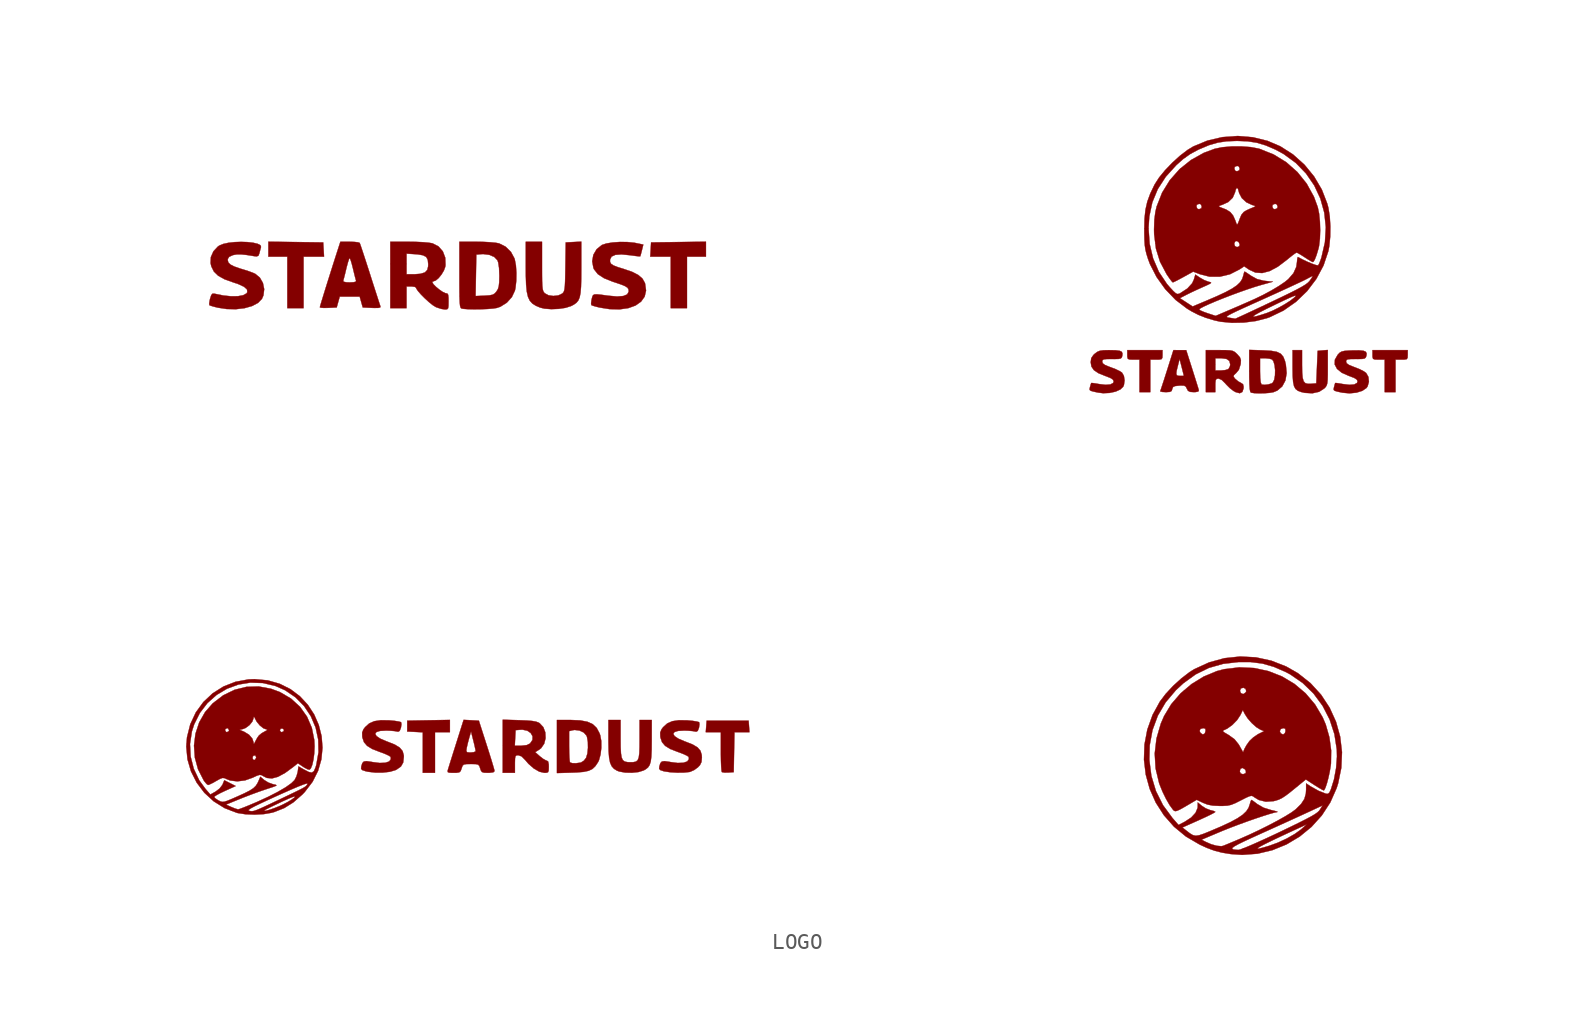
<source format=kicad_sym>
(kicad_symbol_lib
  (version 20220914)
  (generator "bitmap2component")
  (generator_version "8.0")
  (symbol "LOGO"
    (pin_names
      (offset 1.016))
    (property "Reference" "#G"
      (at 0 32.893 0)
      (effects (font (size 1.27 1.27)) hide))
    (symbol "LOGO_0_0"
      (polyline (pts (xy 24.223 -19.703) (xy 25.153 -19.482) (xy 26.038 -19.121) (xy 26.86 -18.631) (xy 27.601 -18.024) (xy 28.245 -17.31) (xy 28.773 -16.5) (xy 29.169 -15.604) (xy 29.264 -15.305) (xy 29.463 -14.331) (xy 29.504 -13.353) (xy 29.391 -12.389) (xy 29.132 -11.458) (xy 28.732 -10.578) (xy 28.198 -9.766) (xy 27.536 -9.042) (xy 26.752 -8.422) (xy 26.021 -8.004) (xy 25.089 -7.639) (xy 24.123 -7.43) (xy 23.14 -7.378) (xy 22.158 -7.483) (xy 21.197 -7.747) (xy 20.275 -8.169) (xy 19.982 -8.351) (xy 19.467 -8.745) (xy 18.953 -9.213) (xy 18.49 -9.71) (xy 18.127 -10.189) (xy 17.667 -11.029) (xy 17.339 -11.944) (xy 17.161 -12.881) (xy 17.13 -13.822) (xy 17.132 -13.843) (xy 17.465 -13.843) (xy 17.487 -12.93) (xy 17.663 -11.972) (xy 17.996 -11.074) (xy 18.484 -10.242) (xy 19.124 -9.483) (xy 19.589 -9.052) (xy 20.361 -8.494) (xy 21.183 -8.091) (xy 22.071 -7.837) (xy 23.041 -7.724) (xy 23.788 -7.725) (xy 24.533 -7.819) (xy 25.251 -8.025) (xy 26.005 -8.355) (xy 26.265 -8.494) (xy 27.049 -9.034) (xy 27.729 -9.696) (xy 28.294 -10.461) (xy 28.732 -11.312) (xy 29.032 -12.23) (xy 29.181 -13.199) (xy 29.191 -13.641) (xy 29.136 -14.355) (xy 29.006 -15.058) (xy 28.814 -15.675) (xy 28.722 -15.873) (xy 28.628 -15.961) (xy 28.501 -15.952) (xy 28.042 -15.772) (xy 27.538 -15.491) (xy 27.263 -15.308) (xy 27.263 -15.701) (xy 27.247 -15.949) (xy 27.153 -16.282) (xy 26.951 -16.592) (xy 26.618 -16.924) (xy 26.608 -16.932) (xy 26.35 -17.122) (xy 25.964 -17.361) (xy 25.478 -17.635) (xy 24.92 -17.93) (xy 24.317 -18.23) (xy 23.697 -18.522) (xy 23.087 -18.791) (xy 22.83 -18.899) (xy 22.491 -19.041) (xy 22.224 -19.151) (xy 22.071 -19.212) (xy 21.963 -19.233) (xy 21.678 -19.208) (xy 21.329 -19.111) (xy 20.968 -18.952) (xy 20.728 -18.825) (xy 21.9 -18.33) (xy 22.074 -18.258) (xy 22.542 -18.072) (xy 23.056 -17.877) (xy 23.586 -17.684) (xy 24.104 -17.503) (xy 24.581 -17.344) (xy 24.987 -17.216) (xy 25.293 -17.13) (xy 25.471 -17.096) (xy 25.475 -17.096) (xy 25.464 -17.075) (xy 25.318 -17.03) (xy 25.068 -16.971) (xy 24.601 -16.826) (xy 24.205 -16.597) (xy 24.097 -16.512) (xy 23.929 -16.389) (xy 23.845 -16.341) (xy 23.844 -16.341) (xy 23.799 -16.418) (xy 23.748 -16.597) (xy 23.748 -16.598) (xy 23.667 -16.834) (xy 23.522 -17.054) (xy 23.297 -17.268) (xy 22.975 -17.487) (xy 22.541 -17.723) (xy 21.977 -17.987) (xy 21.268 -18.29) (xy 21.268 -18.29) (xy 20.866 -18.453) (xy 20.578 -18.55) (xy 20.366 -18.58) (xy 20.187 -18.541) (xy 20.003 -18.432) (xy 19.771 -18.253) (xy 19.532 -18.063) (xy 20.561 -17.604) (xy 20.651 -17.563) (xy 21.019 -17.394) (xy 21.317 -17.249) (xy 21.516 -17.143) (xy 21.589 -17.091) (xy 21.587 -17.083) (xy 21.49 -17.032) (xy 21.296 -16.982) (xy 21.27 -16.976) (xy 20.998 -16.872) (xy 20.746 -16.711) (xy 20.489 -16.495) (xy 20.489 -16.75) (xy 20.481 -16.843) (xy 20.352 -17.148) (xy 20.079 -17.442) (xy 19.683 -17.702) (xy 19.291 -17.907) (xy 18.92 -17.484) (xy 18.91 -17.472) (xy 18.317 -16.667) (xy 17.878 -15.791) (xy 17.593 -14.848) (xy 17.465 -13.843) (xy 17.132 -13.843) (xy 17.24 -14.752) (xy 17.488 -15.652) (xy 17.867 -16.507) (xy 18.375 -17.299) (xy 19.005 -18.013) (xy 19.754 -18.63) (xy 20.616 -19.134) (xy 21.048 -19.332) (xy 21.231 -19.4) (xy 22.641 -19.4) (xy 22.654 -19.339) (xy 22.772 -19.247) (xy 23.005 -19.117) (xy 23.363 -18.941) (xy 23.856 -18.712) (xy 24.494 -18.422) (xy 24.913 -18.233) (xy 25.523 -17.957) (xy 26.112 -17.689) (xy 26.646 -17.446) (xy 27.092 -17.241) (xy 27.417 -17.091) (xy 28.292 -16.685) (xy 28.122 -16.957) (xy 28.066 -17.031) (xy 27.962 -17.126) (xy 27.803 -17.238) (xy 27.572 -17.374) (xy 27.254 -17.544) (xy 26.83 -17.758) (xy 26.286 -18.024) (xy 25.604 -18.352) (xy 25.378 -18.459) (xy 24.795 -18.731) (xy 24.262 -18.973) (xy 23.8 -19.177) (xy 23.428 -19.332) (xy 23.28 -19.388) (xy 24.226 -19.388) (xy 24.247 -19.345) (xy 24.403 -19.247) (xy 24.698 -19.092) (xy 25.137 -18.877) (xy 25.722 -18.6) (xy 26.458 -18.258) (xy 27.305 -17.867) (xy 26.982 -18.154) (xy 26.95 -18.183) (xy 26.555 -18.468) (xy 26.054 -18.753) (xy 25.5 -19.01) (xy 24.947 -19.211) (xy 24.932 -19.215) (xy 24.572 -19.321) (xy 24.336 -19.379) (xy 24.226 -19.388) (xy 23.28 -19.388) (xy 23.166 -19.431) (xy 23.037 -19.465) (xy 22.887 -19.457) (xy 22.722 -19.437) (xy 22.641 -19.4) (xy 21.231 -19.4) (xy 21.527 -19.511) (xy 22.003 -19.634) (xy 22.554 -19.724) (xy 23.265 -19.774) (xy 24.223 -19.703)) (stroke (width 0.01) (type default)) (fill (type outline)))
      (polyline (pts (xy -37.876 -17.228) (xy -37.383 -17.142) (xy -37.219 -17.096) (xy -36.602 -16.852) (xy -36.033 -16.497) (xy -35.468 -16.003) (xy -35.322 -15.852) (xy -34.829 -15.208) (xy -34.484 -14.52) (xy -34.279 -13.804) (xy -34.209 -13.077) (xy -34.265 -12.356) (xy -34.442 -11.657) (xy -34.731 -10.997) (xy -35.127 -10.393) (xy -35.622 -9.862) (xy -36.209 -9.419) (xy -36.882 -9.083) (xy -37.633 -8.868) (xy -38.457 -8.793) (xy -38.835 -8.809) (xy -39.648 -8.959) (xy -40.399 -9.253) (xy -41.073 -9.679) (xy -41.653 -10.223) (xy -42.124 -10.87) (xy -42.471 -11.609) (xy -42.676 -12.425) (xy -42.709 -12.845) (xy -42.49 -12.845) (xy -42.373 -12.069) (xy -42.227 -11.613) (xy -41.87 -10.901) (xy -41.397 -10.286) (xy -40.826 -9.78) (xy -40.175 -9.391) (xy -39.464 -9.131) (xy -38.71 -9.009) (xy -37.933 -9.035) (xy -37.151 -9.22) (xy -36.546 -9.487) (xy -35.901 -9.926) (xy -35.361 -10.475) (xy -34.936 -11.113) (xy -34.637 -11.819) (xy -34.474 -12.576) (xy -34.457 -13.361) (xy -34.597 -14.155) (xy -34.644 -14.311) (xy -34.745 -14.543) (xy -34.874 -14.633) (xy -35.066 -14.596) (xy -35.36 -14.445) (xy -35.71 -14.245) (xy -35.753 -14.566) (xy -35.757 -14.591) (xy -35.835 -14.868) (xy -35.953 -15.099) (xy -36.155 -15.298) (xy -36.512 -15.552) (xy -36.999 -15.836) (xy -37.598 -16.143) (xy -38.293 -16.462) (xy -38.417 -16.515) (xy -38.805 -16.679) (xy -39.132 -16.811) (xy -39.367 -16.899) (xy -39.479 -16.931) (xy -39.51 -16.927) (xy -39.682 -16.874) (xy -39.911 -16.781) (xy -40.24 -16.633) (xy -39.358 -16.273) (xy -39.13 -16.181) (xy -38.636 -15.992) (xy -38.139 -15.811) (xy -37.719 -15.668) (xy -37.599 -15.629) (xy -37.293 -15.529) (xy -37.126 -15.464) (xy -37.081 -15.423) (xy -37.138 -15.394) (xy -37.283 -15.364) (xy -37.3 -15.36) (xy -37.591 -15.256) (xy -37.849 -15.098) (xy -38.094 -14.892) (xy -38.212 -15.172) (xy -38.266 -15.287) (xy -38.375 -15.459) (xy -38.529 -15.609) (xy -38.756 -15.757) (xy -39.085 -15.925) (xy -39.544 -16.133) (xy -39.874 -16.277) (xy -40.152 -16.392) (xy -40.34 -16.452) (xy -40.471 -16.464) (xy -40.581 -16.436) (xy -40.703 -16.375) (xy -40.745 -16.353) (xy -40.911 -16.239) (xy -40.979 -16.155) (xy -40.966 -16.134) (xy -40.839 -16.047) (xy -40.607 -15.921) (xy -40.305 -15.777) (xy -39.631 -15.473) (xy -39.987 -15.293) (xy -40.344 -15.113) (xy -40.453 -15.375) (xy -40.468 -15.406) (xy -40.641 -15.63) (xy -40.89 -15.82) (xy -41.218 -16.004) (xy -41.529 -15.643) (xy -41.917 -15.107) (xy -42.255 -14.393) (xy -42.449 -13.63) (xy -42.49 -12.845) (xy -42.709 -12.845) (xy -42.722 -13.01) (xy -42.647 -13.801) (xy -42.426 -14.558) (xy -42.07 -15.261) (xy -41.594 -15.891) (xy -41.009 -16.428) (xy -40.328 -16.852) (xy -39.958 -16.994) (xy -38.837 -16.994) (xy -38.802 -16.943) (xy -38.679 -16.861) (xy -38.454 -16.741) (xy -38.115 -16.576) (xy -37.647 -16.357) (xy -37.038 -16.079) (xy -36.798 -15.971) (xy -36.172 -15.694) (xy -35.696 -15.492) (xy -35.366 -15.365) (xy -35.182 -15.312) (xy -35.141 -15.333) (xy -35.143 -15.337) (xy -35.18 -15.402) (xy -35.225 -15.459) (xy -35.299 -15.52) (xy -35.423 -15.596) (xy -35.618 -15.698) (xy -35.904 -15.839) (xy -36.301 -16.03) (xy -36.83 -16.283) (xy -36.923 -16.327) (xy -37.449 -16.577) (xy -37.848 -16.764) (xy -38.141 -16.896) (xy -38.351 -16.982) (xy -38.382 -16.992) (xy -37.846 -16.992) (xy -37.839 -16.987) (xy -37.725 -16.924) (xy -37.492 -16.807) (xy -37.172 -16.652) (xy -36.793 -16.472) (xy -36.697 -16.427) (xy -36.3 -16.248) (xy -36.045 -16.147) (xy -35.928 -16.123) (xy -35.942 -16.173) (xy -35.955 -16.185) (xy -36.123 -16.313) (xy -36.388 -16.474) (xy -36.698 -16.635) (xy -36.91 -16.732) (xy -37.206 -16.85) (xy -37.481 -16.946) (xy -37.702 -17.009) (xy -37.835 -17.027) (xy -37.846 -16.992) (xy -38.382 -16.992) (xy -38.498 -17.029) (xy -38.606 -17.046) (xy -38.696 -17.042) (xy -38.79 -17.024) (xy -38.797 -17.022) (xy -38.837 -16.994) (xy -39.958 -16.994) (xy -39.566 -17.145) (xy -39.5 -17.162) (xy -39.009 -17.238) (xy -38.443 -17.259) (xy -37.876 -17.228)) (stroke (width 0.01) (type default)) (fill (type outline)))
      (polyline (pts (xy -30.439 -14.632) (xy -30 -14.582) (xy -29.661 -14.483) (xy -29.576 -14.443) (xy -29.306 -14.252) (xy -29.165 -14.002) (xy -29.125 -13.646) (xy -29.13 -13.546) (xy -29.203 -13.286) (xy -29.384 -13.071) (xy -29.691 -12.882) (xy -30.147 -12.7) (xy -30.212 -12.677) (xy -30.599 -12.511) (xy -30.833 -12.352) (xy -30.915 -12.211) (xy -30.842 -12.1) (xy -30.613 -12.028) (xy -30.228 -12.006) (xy -29.992 -12.014) (xy -29.72 -12.036) (xy -29.549 -12.065) (xy -29.479 -12.078) (xy -29.383 -12.025) (xy -29.31 -11.837) (xy -29.304 -11.813) (xy -29.274 -11.608) (xy -29.297 -11.486) (xy -29.31 -11.477) (xy -29.453 -11.438) (xy -29.709 -11.399) (xy -30.033 -11.369) (xy -30.562 -11.36) (xy -30.974 -11.421) (xy -31.291 -11.562) (xy -31.544 -11.791) (xy -31.647 -11.925) (xy -31.73 -12.13) (xy -31.724 -12.387) (xy -31.714 -12.447) (xy -31.616 -12.733) (xy -31.42 -12.962) (xy -31.104 -13.157) (xy -30.643 -13.337) (xy -30.546 -13.37) (xy -30.253 -13.484) (xy -30.039 -13.586) (xy -29.948 -13.658) (xy -29.936 -13.799) (xy -30.047 -13.94) (xy -30.288 -14.019) (xy -30.641 -14.032) (xy -31.087 -13.974) (xy -31.175 -13.957) (xy -31.457 -13.917) (xy -31.625 -13.941) (xy -31.72 -14.042) (xy -31.781 -14.237) (xy -31.784 -14.251) (xy -31.796 -14.396) (xy -31.72 -14.478) (xy -31.517 -14.546) (xy -31.365 -14.58) (xy -30.915 -14.632) (xy -30.439 -14.632)) (stroke (width 0.01) (type default)) (fill (type outline)))
      (polyline (pts (xy -27.178 -13.377) (xy -27.178 -12.107) (xy -26.712 -12.107) (xy -26.247 -12.107) (xy -26.247 -11.724) (xy -26.247 -11.341) (xy -27.58 -11.364) (xy -28.914 -11.388) (xy -28.914 -11.726) (xy -28.914 -12.065) (xy -28.427 -12.09) (xy -27.94 -12.116) (xy -27.94 -13.382) (xy -27.94 -14.647) (xy -27.559 -14.647) (xy -27.178 -14.647) (xy -27.178 -13.377)) (stroke (width 0.01) (type default)) (fill (type outline)))
      (polyline (pts (xy -23.778 -14.646) (xy -23.535 -14.615) (xy -23.455 -14.541) (xy -23.455 -14.541) (xy -23.481 -14.428) (xy -23.552 -14.181) (xy -23.658 -13.828) (xy -23.793 -13.396) (xy -23.947 -12.912) (xy -24.437 -11.388) (xy -24.913 -11.362) (xy -25.389 -11.337) (xy -25.852 -12.802) (xy -25.986 -13.227) (xy -26.004 -13.282) (xy -25.222 -13.282) (xy -25.197 -13.096) (xy -25.184 -13.032) (xy -25.116 -12.743) (xy -25.035 -12.44) (xy -24.925 -12.065) (xy -24.782 -12.633) (xy -24.781 -12.634) (xy -24.709 -12.932) (xy -24.658 -13.167) (xy -24.638 -13.289) (xy -24.642 -13.303) (xy -24.744 -13.356) (xy -24.944 -13.377) (xy -25.006 -13.377) (xy -25.172 -13.36) (xy -25.222 -13.282) (xy -26.004 -13.282) (xy -26.127 -13.672) (xy -26.244 -14.045) (xy -26.328 -14.317) (xy -26.371 -14.457) (xy -26.391 -14.536) (xy -26.371 -14.611) (xy -26.257 -14.642) (xy -26.011 -14.647) (xy -25.832 -14.645) (xy -25.662 -14.618) (xy -25.574 -14.537) (xy -25.515 -14.372) (xy -25.507 -14.345) (xy -25.455 -14.204) (xy -25.373 -14.13) (xy -25.215 -14.101) (xy -24.934 -14.097) (xy -24.886 -14.097) (xy -24.625 -14.103) (xy -24.481 -14.137) (xy -24.406 -14.219) (xy -24.354 -14.372) (xy -24.318 -14.485) (xy -24.247 -14.595) (xy -24.113 -14.639) (xy -23.864 -14.647) (xy -23.778 -14.646)) (stroke (width 0.01) (type default)) (fill (type outline)))
      (polyline (pts (xy -22.183 -14.097) (xy -22.183 -14.015) (xy -22.176 -13.753) (xy -22.149 -13.613) (xy -22.087 -13.557) (xy -21.975 -13.547) (xy -21.766 -13.62) (xy -21.531 -13.858) (xy -21.337 -14.083) (xy -20.999 -14.379) (xy -20.657 -14.576) (xy -20.35 -14.647) (xy -20.228 -14.645) (xy -20.115 -14.611) (xy -20.073 -14.5) (xy -20.066 -14.266) (xy -20.07 -14.117) (xy -20.108 -13.939) (xy -20.19 -13.885) (xy -20.241 -13.873) (xy -20.412 -13.778) (xy -20.617 -13.62) (xy -20.919 -13.354) (xy -20.667 -13.2) (xy -20.546 -13.108) (xy -20.354 -12.827) (xy -20.267 -12.482) (xy -20.284 -12.122) (xy -20.408 -11.794) (xy -20.638 -11.547) (xy -20.707 -11.506) (xy -20.869 -11.447) (xy -21.101 -11.406) (xy -21.436 -11.378) (xy -21.907 -11.359) (xy -22.945 -11.328) (xy -22.945 -12.954) (xy -22.191 -12.954) (xy -22.166 -12.467) (xy -22.14 -11.98) (xy -21.816 -11.954) (xy -21.715 -11.95) (xy -21.415 -12.012) (xy -21.196 -12.16) (xy -21.08 -12.364) (xy -21.086 -12.592) (xy -21.237 -12.814) (xy -21.455 -12.917) (xy -21.791 -12.954) (xy -22.191 -12.954) (xy -22.945 -12.954) (xy -22.945 -12.988) (xy -22.945 -14.647) (xy -22.564 -14.647) (xy -22.183 -14.647) (xy -22.183 -14.097)) (stroke (width 0.01) (type default)) (fill (type outline)))
      (polyline (pts (xy -18.59 -14.633) (xy -18.318 -14.623) (xy -17.884 -14.587) (xy -17.569 -14.518) (xy -17.336 -14.403) (xy -17.154 -14.228) (xy -16.987 -13.978) (xy -16.931 -13.861) (xy -16.833 -13.505) (xy -16.783 -13.082) (xy -16.786 -12.661) (xy -16.849 -12.31) (xy -16.897 -12.172) (xy -17.073 -11.842) (xy -17.319 -11.607) (xy -17.658 -11.454) (xy -18.113 -11.37) (xy -18.709 -11.345) (xy -19.558 -11.345) (xy -19.558 -12.991) (xy -18.796 -12.991) (xy -18.796 -12.041) (xy -18.576 -11.986) (xy -18.452 -11.967) (xy -18.148 -12.004) (xy -17.878 -12.132) (xy -17.708 -12.325) (xy -17.679 -12.404) (xy -17.624 -12.715) (xy -17.617 -13.086) (xy -17.654 -13.443) (xy -17.734 -13.709) (xy -17.875 -13.89) (xy -18.052 -14) (xy -18.112 -14.015) (xy -18.372 -14.049) (xy -18.604 -14.043) (xy -18.74 -13.998) (xy -18.759 -13.918) (xy -18.778 -13.698) (xy -18.791 -13.377) (xy -18.796 -12.991) (xy -19.558 -12.991) (xy -19.558 -13.004) (xy -19.558 -14.662) (xy -18.59 -14.633)) (stroke (width 0.01) (type default)) (fill (type outline)))
      (polyline (pts (xy -14.459 -14.598) (xy -14.141 -14.499) (xy -14.012 -14.428) (xy -13.867 -14.313) (xy -13.764 -14.159) (xy -13.696 -13.941) (xy -13.657 -13.632) (xy -13.638 -13.206) (xy -13.633 -12.636) (xy -13.631 -11.345) (xy -14.012 -11.345) (xy -14.393 -11.345) (xy -14.393 -12.563) (xy -14.396 -13.025) (xy -14.409 -13.42) (xy -14.444 -13.689) (xy -14.511 -13.857) (xy -14.62 -13.946) (xy -14.781 -13.981) (xy -15.004 -13.985) (xy -15.153 -13.979) (xy -15.321 -13.943) (xy -15.438 -13.855) (xy -15.514 -13.692) (xy -15.556 -13.43) (xy -15.575 -13.045) (xy -15.579 -12.514) (xy -15.579 -11.345) (xy -15.96 -11.345) (xy -16.341 -11.345) (xy -16.341 -12.581) (xy -16.34 -12.732) (xy -16.329 -13.291) (xy -16.295 -13.711) (xy -16.233 -14.018) (xy -16.135 -14.237) (xy -15.995 -14.393) (xy -15.806 -14.511) (xy -15.661 -14.566) (xy -15.29 -14.632) (xy -14.866 -14.642) (xy -14.459 -14.598)) (stroke (width 0.01) (type default)) (fill (type outline)))
      (polyline (pts (xy -11.609 -14.631) (xy -11.268 -14.594) (xy -11.233 -14.585) (xy -10.984 -14.475) (xy -10.75 -14.306) (xy -10.618 -14.166) (xy -10.523 -13.968) (xy -10.499 -13.691) (xy -10.509 -13.525) (xy -10.589 -13.267) (xy -10.769 -13.059) (xy -11.072 -12.877) (xy -11.52 -12.7) (xy -11.585 -12.677) (xy -11.972 -12.511) (xy -12.207 -12.352) (xy -12.288 -12.211) (xy -12.215 -12.1) (xy -11.987 -12.028) (xy -11.601 -12.006) (xy -11.366 -12.014) (xy -11.093 -12.036) (xy -10.923 -12.065) (xy -10.852 -12.078) (xy -10.756 -12.025) (xy -10.683 -11.837) (xy -10.677 -11.813) (xy -10.648 -11.608) (xy -10.67 -11.486) (xy -10.683 -11.477) (xy -10.826 -11.438) (xy -11.083 -11.399) (xy -11.407 -11.369) (xy -11.935 -11.36) (xy -12.347 -11.421) (xy -12.664 -11.562) (xy -12.918 -11.791) (xy -13.02 -11.925) (xy -13.104 -12.13) (xy -13.097 -12.387) (xy -13.087 -12.447) (xy -12.989 -12.733) (xy -12.794 -12.962) (xy -12.477 -13.157) (xy -12.016 -13.337) (xy -11.92 -13.37) (xy -11.626 -13.484) (xy -11.413 -13.586) (xy -11.321 -13.658) (xy -11.309 -13.799) (xy -11.42 -13.94) (xy -11.661 -14.019) (xy -12.014 -14.032) (xy -12.461 -13.974) (xy -12.549 -13.957) (xy -12.831 -13.917) (xy -12.999 -13.941) (xy -13.093 -14.042) (xy -13.154 -14.237) (xy -13.158 -14.251) (xy -13.17 -14.396) (xy -13.094 -14.478) (xy -12.89 -14.546) (xy -12.829 -14.56) (xy -12.468 -14.612) (xy -12.035 -14.637) (xy -11.609 -14.631)) (stroke (width 0.01) (type default)) (fill (type outline)))
      (polyline (pts (xy -8.851 -14.63) (xy -8.509 -14.605) (xy -8.486 -13.356) (xy -8.462 -12.107) (xy -7.994 -12.107) (xy -7.526 -12.107) (xy -7.552 -11.748) (xy -7.578 -11.388) (xy -8.89 -11.388) (xy -10.202 -11.388) (xy -10.228 -11.748) (xy -10.255 -12.107) (xy -9.784 -12.107) (xy -9.313 -12.107) (xy -9.313 -13.321) (xy -9.313 -13.49) (xy -9.306 -13.908) (xy -9.293 -14.253) (xy -9.274 -14.493) (xy -9.253 -14.595) (xy -9.233 -14.607) (xy -9.081 -14.632) (xy -8.851 -14.63)) (stroke (width 0.01) (type default)) (fill (type outline)))
      (polyline (pts (xy 14.982 9.095) (xy 15.357 9.177) (xy 15.656 9.312) (xy 15.835 9.487) (xy 15.877 9.589) (xy 15.918 9.876) (xy 15.874 10.16) (xy 15.755 10.366) (xy 15.616 10.456) (xy 15.36 10.579) (xy 15.056 10.696) (xy 14.949 10.734) (xy 14.691 10.842) (xy 14.558 10.941) (xy 14.52 11.049) (xy 14.521 11.07) (xy 14.544 11.15) (xy 14.629 11.194) (xy 14.812 11.212) (xy 15.127 11.213) (xy 15.293 11.212) (xy 15.543 11.219) (xy 15.68 11.248) (xy 15.745 11.313) (xy 15.776 11.425) (xy 15.788 11.551) (xy 15.745 11.662) (xy 15.612 11.727) (xy 15.363 11.759) (xy 14.971 11.767) (xy 14.93 11.768) (xy 14.598 11.76) (xy 14.377 11.73) (xy 14.216 11.664) (xy 14.061 11.55) (xy 13.972 11.469) (xy 13.836 11.27) (xy 13.801 11.014) (xy 13.846 10.743) (xy 14.001 10.518) (xy 14.284 10.327) (xy 14.717 10.152) (xy 15.023 10.034) (xy 15.19 9.928) (xy 15.24 9.82) (xy 15.203 9.716) (xy 15.029 9.624) (xy 14.727 9.601) (xy 14.316 9.65) (xy 14.127 9.684) (xy 13.924 9.713) (xy 13.836 9.716) (xy 13.806 9.639) (xy 13.757 9.465) (xy 13.734 9.37) (xy 13.734 9.284) (xy 13.801 9.228) (xy 13.967 9.179) (xy 14.266 9.115) (xy 14.578 9.077) (xy 14.982 9.095)) (stroke (width 0.01) (type default)) (fill (type outline)))
      (polyline (pts (xy 23.279 9.155) (xy 23.352 9.377) (xy 23.358 9.479) (xy 23.32 9.638) (xy 23.183 9.727) (xy 23.024 9.814) (xy 22.829 9.977) (xy 22.803 10.006) (xy 22.725 10.118) (xy 22.752 10.21) (xy 22.898 10.347) (xy 23.06 10.542) (xy 23.172 10.897) (xy 23.173 10.907) (xy 23.187 11.149) (xy 23.126 11.322) (xy 22.962 11.511) (xy 22.91 11.561) (xy 22.795 11.661) (xy 22.671 11.722) (xy 22.5 11.754) (xy 22.239 11.767) (xy 21.851 11.769) (xy 20.997 11.769) (xy 20.997 10.88) (xy 21.59 10.88) (xy 21.59 11.261) (xy 21.954 11.261) (xy 21.97 11.261) (xy 22.286 11.22) (xy 22.465 11.096) (xy 22.521 10.88) (xy 22.505 10.765) (xy 22.42 10.6) (xy 22.387 10.577) (xy 22.203 10.521) (xy 21.954 10.499) (xy 21.59 10.499) (xy 21.59 10.88) (xy 20.997 10.88) (xy 20.997 10.456) (xy 20.997 9.144) (xy 21.294 9.144) (xy 21.59 9.144) (xy 21.59 9.567) (xy 21.591 9.707) (xy 21.61 9.893) (xy 21.667 9.973) (xy 21.78 9.991) (xy 21.801 9.99) (xy 21.998 9.9) (xy 22.213 9.688) (xy 22.264 9.627) (xy 22.494 9.396) (xy 22.721 9.221) (xy 22.866 9.141) (xy 23.116 9.076) (xy 23.279 9.155)) (stroke (width 0.01) (type default)) (fill (type outline)))
      (polyline (pts (xy 24.671 9.075) (xy 24.989 9.1) (xy 25.224 9.142) (xy 25.461 9.24) (xy 25.77 9.501) (xy 25.968 9.871) (xy 26.046 10.331) (xy 25.996 10.863) (xy 25.944 11.081) (xy 25.836 11.358) (xy 25.676 11.545) (xy 25.434 11.662) (xy 25.081 11.726) (xy 24.589 11.755) (xy 23.707 11.784) (xy 23.707 10.471) (xy 23.707 10.463) (xy 24.384 10.463) (xy 24.384 11.261) (xy 24.701 11.259) (xy 24.74 11.259) (xy 24.977 11.234) (xy 25.134 11.185) (xy 25.22 11.073) (xy 25.292 10.829) (xy 25.326 10.518) (xy 25.319 10.195) (xy 25.27 9.916) (xy 25.177 9.734) (xy 25.113 9.692) (xy 24.906 9.628) (xy 24.669 9.599) (xy 24.49 9.62) (xy 24.471 9.634) (xy 24.422 9.765) (xy 24.393 10.037) (xy 24.384 10.463) (xy 23.707 10.463) (xy 23.708 10.085) (xy 23.718 9.65) (xy 23.738 9.355) (xy 23.769 9.182) (xy 23.812 9.116) (xy 23.829 9.11) (xy 24.031 9.079) (xy 24.332 9.067) (xy 24.671 9.075)) (stroke (width 0.01) (type default)) (fill (type outline)))
      (polyline (pts (xy 28.078 9.166) (xy 28.404 9.378) (xy 28.491 9.471) (xy 28.55 9.572) (xy 28.588 9.711) (xy 28.608 9.921) (xy 28.616 10.234) (xy 28.617 10.685) (xy 28.617 11.779) (xy 28.3 11.753) (xy 27.982 11.726) (xy 27.94 10.71) (xy 27.898 9.694) (xy 27.562 9.667) (xy 27.377 9.663) (xy 27.215 9.705) (xy 27.108 9.822) (xy 27.046 10.036) (xy 27.016 10.372) (xy 27.009 10.854) (xy 27.009 11.769) (xy 26.712 11.769) (xy 26.416 11.769) (xy 26.416 10.687) (xy 26.416 10.669) (xy 26.423 10.151) (xy 26.451 9.775) (xy 26.508 9.513) (xy 26.604 9.34) (xy 26.748 9.229) (xy 26.949 9.153) (xy 27.173 9.1) (xy 27.656 9.072) (xy 28.078 9.166)) (stroke (width 0.01) (type default)) (fill (type outline)))
      (polyline (pts (xy 30.408 9.111) (xy 30.776 9.226) (xy 31.035 9.403) (xy 31.104 9.502) (xy 31.186 9.788) (xy 31.156 10.092) (xy 31.015 10.34) (xy 30.87 10.444) (xy 30.607 10.579) (xy 30.3 10.701) (xy 30.209 10.734) (xy 29.94 10.845) (xy 29.8 10.945) (xy 29.76 11.053) (xy 29.761 11.07) (xy 29.784 11.149) (xy 29.869 11.193) (xy 30.052 11.211) (xy 30.369 11.213) (xy 30.512 11.212) (xy 30.773 11.219) (xy 30.92 11.247) (xy 30.992 11.309) (xy 31.03 11.417) (xy 31.047 11.55) (xy 30.997 11.664) (xy 30.846 11.729) (xy 30.573 11.755) (xy 30.155 11.751) (xy 29.939 11.742) (xy 29.661 11.721) (xy 29.483 11.68) (xy 29.359 11.607) (xy 29.245 11.489) (xy 29.235 11.477) (xy 29.061 11.171) (xy 29.049 10.874) (xy 29.194 10.598) (xy 29.49 10.356) (xy 29.931 10.16) (xy 29.981 10.143) (xy 30.275 10.028) (xy 30.433 9.926) (xy 30.48 9.821) (xy 30.443 9.717) (xy 30.269 9.624) (xy 29.968 9.601) (xy 29.556 9.65) (xy 29.367 9.684) (xy 29.166 9.713) (xy 29.081 9.716) (xy 29.055 9.638) (xy 29.009 9.463) (xy 28.988 9.374) (xy 28.986 9.284) (xy 29.05 9.227) (xy 29.212 9.178) (xy 29.506 9.115) (xy 29.537 9.108) (xy 29.978 9.069) (xy 30.408 9.111)) (stroke (width 0.01) (type default)) (fill (type outline)))
      (polyline (pts (xy 17.526 10.16) (xy 17.526 11.176) (xy 17.907 11.176) (xy 18.076 11.178) (xy 18.225 11.204) (xy 18.28 11.29) (xy 18.288 11.472) (xy 18.288 11.769) (xy 17.187 11.769) (xy 16.087 11.769) (xy 16.087 11.472) (xy 16.089 11.341) (xy 16.123 11.225) (xy 16.233 11.182) (xy 16.468 11.176) (xy 16.849 11.176) (xy 16.849 10.16) (xy 16.849 9.144) (xy 17.187 9.144) (xy 17.526 9.144) (xy 17.526 10.16)) (stroke (width 0.01) (type default)) (fill (type outline)))
      (polyline (pts (xy 20.352 9.147) (xy 20.523 9.181) (xy 20.559 9.259) (xy 20.55 9.292) (xy 20.497 9.47) (xy 20.406 9.763) (xy 20.287 10.141) (xy 20.151 10.571) (xy 19.77 11.768) (xy 19.37 11.768) (xy 18.97 11.769) (xy 18.576 10.52) (xy 18.502 10.287) (xy 19.148 10.287) (xy 19.17 10.476) (xy 19.248 10.795) (xy 19.357 11.218) (xy 19.491 10.689) (xy 19.624 10.16) (xy 19.379 10.16) (xy 19.294 10.162) (xy 19.187 10.193) (xy 19.148 10.287) (xy 18.502 10.287) (xy 18.499 10.279) (xy 18.369 9.872) (xy 18.259 9.538) (xy 18.182 9.306) (xy 18.145 9.207) (xy 18.152 9.188) (xy 18.271 9.156) (xy 18.489 9.144) (xy 18.529 9.144) (xy 18.75 9.159) (xy 18.856 9.215) (xy 18.896 9.335) (xy 18.9 9.357) (xy 18.949 9.466) (xy 19.076 9.523) (xy 19.325 9.551) (xy 19.436 9.557) (xy 19.636 9.55) (xy 19.743 9.491) (xy 19.81 9.36) (xy 19.878 9.232) (xy 20.005 9.161) (xy 20.239 9.144) (xy 20.352 9.147)) (stroke (width 0.01) (type default)) (fill (type outline)))
      (polyline (pts (xy 32.851 10.16) (xy 32.851 11.176) (xy 33.232 11.176) (xy 33.401 11.178) (xy 33.549 11.204) (xy 33.605 11.29) (xy 33.613 11.472) (xy 33.613 11.769) (xy 32.512 11.769) (xy 31.411 11.769) (xy 31.411 11.472) (xy 31.414 11.341) (xy 31.447 11.225) (xy 31.558 11.182) (xy 31.792 11.176) (xy 32.173 11.176) (xy 32.173 10.16) (xy 32.173 9.144) (xy 32.512 9.144) (xy 32.851 9.144) (xy 32.851 10.16)) (stroke (width 0.01) (type default)) (fill (type outline)))
      (polyline (pts (xy 23.372 13.492) (xy 24.119 13.588) (xy 24.799 13.761) (xy 24.99 13.829) (xy 25.849 14.242) (xy 26.633 14.79) (xy 27.323 15.455) (xy 27.901 16.217) (xy 28.35 17.057) (xy 28.652 17.955) (xy 28.712 18.272) (xy 28.769 18.863) (xy 28.778 19.505) (xy 28.74 20.126) (xy 28.655 20.659) (xy 28.584 20.927) (xy 28.245 21.801) (xy 27.763 22.62) (xy 27.157 23.36) (xy 26.446 23.998) (xy 25.648 24.508) (xy 24.853 24.847) (xy 23.934 25.073) (xy 22.983 25.151) (xy 22.028 25.081) (xy 21.095 24.863) (xy 20.21 24.497) (xy 19.847 24.276) (xy 19.377 23.915) (xy 18.9 23.482) (xy 18.453 23.017) (xy 18.076 22.557) (xy 17.807 22.14) (xy 17.789 22.106) (xy 17.523 21.553) (xy 17.339 21.051) (xy 17.223 20.544) (xy 17.164 19.98) (xy 17.151 19.389) (xy 17.415 19.389) (xy 17.461 20.113) (xy 17.651 21.006) (xy 17.992 21.832) (xy 18.49 22.602) (xy 19.148 23.328) (xy 19.583 23.714) (xy 20.02 24.024) (xy 20.503 24.285) (xy 20.608 24.334) (xy 21.2 24.581) (xy 21.742 24.738) (xy 22.3 24.821) (xy 22.945 24.845) (xy 23.61 24.819) (xy 24.186 24.73) (xy 24.745 24.561) (xy 25.358 24.296) (xy 25.863 24.021) (xy 26.62 23.466) (xy 27.259 22.806) (xy 27.773 22.057) (xy 28.155 21.236) (xy 28.398 20.36) (xy 28.495 19.446) (xy 28.439 18.51) (xy 28.223 17.568) (xy 28.17 17.411) (xy 28.083 17.189) (xy 28.02 17.071) (xy 28.008 17.065) (xy 27.877 17.086) (xy 27.646 17.165) (xy 27.355 17.286) (xy 27.044 17.432) (xy 26.752 17.587) (xy 26.741 17.584) (xy 26.711 17.482) (xy 26.693 17.278) (xy 26.648 16.968) (xy 26.473 16.578) (xy 26.148 16.204) (xy 25.938 16.033) (xy 25.564 15.779) (xy 25.102 15.503) (xy 24.59 15.227) (xy 24.068 14.974) (xy 23.837 14.87) (xy 23.439 14.695) (xy 22.991 14.499) (xy 22.552 14.311) (xy 21.609 13.909) (xy 21.091 14.078) (xy 20.841 14.168) (xy 20.648 14.253) (xy 20.574 14.309) (xy 20.574 14.31) (xy 20.654 14.38) (xy 20.869 14.494) (xy 21.194 14.643) (xy 21.604 14.818) (xy 22.075 15.008) (xy 22.581 15.203) (xy 23.099 15.394) (xy 23.602 15.571) (xy 24.067 15.725) (xy 24.469 15.845) (xy 25.188 16.044) (xy 24.693 16.097) (xy 24.611 16.107) (xy 24.193 16.211) (xy 23.823 16.415) (xy 23.671 16.52) (xy 23.498 16.635) (xy 23.418 16.679) (xy 23.385 16.614) (xy 23.342 16.444) (xy 23.339 16.431) (xy 23.267 16.212) (xy 23.138 16.011) (xy 22.934 15.816) (xy 22.639 15.615) (xy 22.234 15.396) (xy 21.703 15.147) (xy 21.029 14.857) (xy 20.171 14.497) (xy 19.771 14.757) (xy 19.372 15.017) (xy 19.782 15.228) (xy 19.789 15.232) (xy 20.081 15.376) (xy 20.449 15.548) (xy 20.814 15.713) (xy 21.055 15.82) (xy 21.253 15.916) (xy 21.328 15.974) (xy 21.296 16.011) (xy 21.177 16.042) (xy 21.142 16.051) (xy 20.886 16.151) (xy 20.63 16.295) (xy 20.341 16.491) (xy 20.245 16.171) (xy 20.138 15.943) (xy 19.842 15.62) (xy 19.391 15.325) (xy 19.326 15.293) (xy 19.225 15.274) (xy 19.117 15.321) (xy 18.968 15.456) (xy 18.742 15.699) (xy 18.563 15.907) (xy 18.061 16.659) (xy 17.7 17.497) (xy 17.483 18.411) (xy 17.415 19.389) (xy 17.151 19.389) (xy 17.149 19.304) (xy 17.149 19.125) (xy 17.158 18.678) (xy 17.179 18.336) (xy 17.22 18.053) (xy 17.285 17.781) (xy 17.382 17.473) (xy 17.503 17.148) (xy 17.918 16.337) (xy 18.461 15.578) (xy 19.104 14.909) (xy 19.816 14.368) (xy 20.104 14.193) (xy 20.535 13.972) (xy 20.854 13.847) (xy 22.3 13.847) (xy 22.331 13.891) (xy 22.435 13.961) (xy 22.627 14.062) (xy 22.919 14.203) (xy 23.326 14.391) (xy 23.859 14.633) (xy 24.534 14.936) (xy 24.788 15.051) (xy 25.394 15.325) (xy 25.956 15.582) (xy 26.452 15.812) (xy 26.861 16.003) (xy 27.16 16.146) (xy 27.326 16.231) (xy 27.452 16.299) (xy 27.62 16.383) (xy 27.686 16.403) (xy 27.68 16.389) (xy 27.608 16.275) (xy 27.48 16.094) (xy 27.467 16.077) (xy 27.369 15.978) (xy 27.217 15.864) (xy 26.993 15.728) (xy 26.682 15.559) (xy 26.267 15.348) (xy 25.73 15.087) (xy 25.056 14.765) (xy 24.908 14.696) (xy 24.355 14.434) (xy 23.858 14.201) (xy 23.438 14.005) (xy 23.178 13.885) (xy 23.957 13.885) (xy 24.084 13.98) (xy 24.368 14.138) (xy 24.807 14.36) (xy 24.831 14.371) (xy 25.426 14.661) (xy 25.884 14.88) (xy 26.218 15.034) (xy 26.442 15.13) (xy 26.571 15.172) (xy 26.616 15.168) (xy 26.593 15.122) (xy 26.521 15.049) (xy 26.275 14.859) (xy 25.939 14.643) (xy 25.556 14.427) (xy 25.173 14.236) (xy 24.833 14.098) (xy 24.509 13.991) (xy 24.169 13.89) (xy 23.985 13.855) (xy 23.957 13.885) (xy 23.178 13.885) (xy 23.113 13.855) (xy 22.904 13.76) (xy 22.828 13.729) (xy 22.813 13.734) (xy 22.681 13.758) (xy 22.46 13.792) (xy 22.404 13.801) (xy 22.329 13.819) (xy 22.3 13.847) (xy 20.854 13.847) (xy 20.993 13.792) (xy 21.548 13.624) (xy 21.913 13.545) (xy 22.617 13.477) (xy 23.372 13.492)) (stroke (width 0.01) (type default)) (fill (type outline)))
      (polyline (pts (xy -39.077 14.392) (xy -38.605 14.526) (xy -38.233 14.723) (xy -37.992 14.976) (xy -37.899 15.191) (xy -37.853 15.579) (xy -37.932 15.965) (xy -38.124 16.301) (xy -38.415 16.54) (xy -38.56 16.604) (xy -38.844 16.709) (xy -39.16 16.809) (xy -39.337 16.861) (xy -39.718 16.993) (xy -39.963 17.117) (xy -40.094 17.246) (xy -40.132 17.395) (xy -40.125 17.472) (xy -40.041 17.6) (xy -39.829 17.698) (xy -39.771 17.715) (xy -39.561 17.752) (xy -39.299 17.753) (xy -38.948 17.717) (xy -38.471 17.641) (xy -38.321 17.625) (xy -38.21 17.672) (xy -38.149 17.836) (xy -38.101 18.03) (xy -38.05 18.218) (xy -38.09 18.327) (xy -38.266 18.416) (xy -38.546 18.481) (xy -38.9 18.521) (xy -39.296 18.534) (xy -39.701 18.52) (xy -40.085 18.477) (xy -40.414 18.405) (xy -40.659 18.303) (xy -40.748 18.241) (xy -41.024 17.945) (xy -41.184 17.585) (xy -41.203 17.21) (xy -41.156 17.003) (xy -40.996 16.68) (xy -40.727 16.417) (xy -40.328 16.196) (xy -39.78 16) (xy -39.457 15.891) (xy -39.107 15.726) (xy -38.924 15.559) (xy -38.908 15.389) (xy -38.955 15.317) (xy -39.161 15.201) (xy -39.49 15.139) (xy -39.914 15.133) (xy -40.407 15.183) (xy -40.943 15.292) (xy -40.964 15.297) (xy -41.084 15.297) (xy -41.161 15.206) (xy -41.233 14.985) (xy -41.256 14.89) (xy -41.289 14.685) (xy -41.279 14.581) (xy -41.21 14.549) (xy -41.014 14.489) (xy -40.744 14.422) (xy -40.194 14.338) (xy -39.617 14.327) (xy -39.077 14.392)) (stroke (width 0.01) (type default)) (fill (type outline)))
      (polyline (pts (xy -26.421 14.322) (xy -26.359 14.384) (xy -26.335 14.536) (xy -26.331 14.817) (xy -26.334 15.041) (xy -26.355 15.225) (xy -26.406 15.306) (xy -26.5 15.325) (xy -26.533 15.33) (xy -26.699 15.409) (xy -26.911 15.556) (xy -27.122 15.731) (xy -27.283 15.896) (xy -27.347 16.012) (xy -27.336 16.044) (xy -27.229 16.087) (xy -27.133 16.119) (xy -26.957 16.267) (xy -26.775 16.49) (xy -26.623 16.741) (xy -26.538 16.974) (xy -26.521 17.084) (xy -26.537 17.542) (xy -26.687 17.939) (xy -26.957 18.249) (xy -27.331 18.442) (xy -27.348 18.447) (xy -27.577 18.484) (xy -27.927 18.515) (xy -28.355 18.535) (xy -28.818 18.542) (xy -29.972 18.542) (xy -29.972 17.155) (xy -28.956 17.155) (xy -28.956 17.8) (xy -28.415 17.765) (xy -28.255 17.753) (xy -27.926 17.697) (xy -27.727 17.59) (xy -27.628 17.412) (xy -27.601 17.14) (xy -27.607 16.994) (xy -27.66 16.781) (xy -27.79 16.642) (xy -27.83 16.617) (xy -28.095 16.538) (xy -28.467 16.51) (xy -28.956 16.51) (xy -28.956 17.155) (xy -29.972 17.155) (xy -29.972 16.468) (xy -29.972 14.393) (xy -29.464 14.393) (xy -28.956 14.393) (xy -28.956 15.071) (xy -28.956 15.748) (xy -28.66 15.748) (xy -28.621 15.747) (xy -28.438 15.722) (xy -28.363 15.67) (xy -28.353 15.63) (xy -28.248 15.47) (xy -28.058 15.252) (xy -27.818 15.01) (xy -27.562 14.775) (xy -27.323 14.583) (xy -27.136 14.466) (xy -27.065 14.436) (xy -26.791 14.347) (xy -26.564 14.311) (xy -26.539 14.31) (xy -26.421 14.322)) (stroke (width 0.01) (type default)) (fill (type outline)))
      (polyline (pts (xy -24.314 14.324) (xy -23.903 14.34) (xy -23.552 14.368) (xy -23.311 14.406) (xy -23.089 14.483) (xy -22.69 14.734) (xy -22.374 15.084) (xy -22.183 15.491) (xy -22.147 15.66) (xy -22.098 16.103) (xy -22.09 16.597) (xy -22.122 17.069) (xy -22.195 17.448) (xy -22.211 17.499) (xy -22.432 17.907) (xy -22.766 18.235) (xy -23.172 18.439) (xy -23.378 18.478) (xy -23.717 18.511) (xy -24.134 18.534) (xy -24.584 18.542) (xy -25.654 18.542) (xy -25.654 16.474) (xy -25.654 15.932) (xy -25.651 15.409) (xy -25.646 15.148) (xy -24.642 15.148) (xy -24.619 16.443) (xy -24.596 17.738) (xy -24.299 17.766) (xy -24.165 17.773) (xy -23.786 17.725) (xy -23.474 17.591) (xy -23.277 17.387) (xy -23.226 17.245) (xy -23.174 16.901) (xy -23.156 16.419) (xy -23.156 16.392) (xy -23.164 16.017) (xy -23.191 15.763) (xy -23.245 15.585) (xy -23.334 15.437) (xy -23.439 15.315) (xy -23.569 15.235) (xy -23.764 15.194) (xy -24.078 15.173) (xy -24.642 15.148) (xy -25.646 15.148) (xy -25.644 15.019) (xy -25.632 14.742) (xy -25.614 14.558) (xy -25.588 14.448) (xy -25.552 14.391) (xy -25.506 14.367) (xy -25.404 14.349) (xy -25.115 14.327) (xy -24.735 14.319) (xy -24.314 14.324)) (stroke (width 0.01) (type default)) (fill (type outline)))
      (polyline (pts (xy -19.451 14.348) (xy -19.018 14.413) (xy -18.68 14.52) (xy -18.503 14.612) (xy -18.341 14.727) (xy -18.221 14.873) (xy -18.137 15.073) (xy -18.083 15.35) (xy -18.052 15.727) (xy -18.038 16.228) (xy -18.034 16.874) (xy -18.034 18.55) (xy -18.521 18.525) (xy -19.008 18.5) (xy -19.029 16.976) (xy -19.037 16.492) (xy -19.047 16.074) (xy -19.062 15.777) (xy -19.085 15.578) (xy -19.118 15.449) (xy -19.165 15.366) (xy -19.229 15.303) (xy -19.474 15.188) (xy -19.786 15.153) (xy -20.092 15.199) (xy -20.32 15.325) (xy -20.367 15.378) (xy -20.415 15.463) (xy -20.449 15.59) (xy -20.47 15.783) (xy -20.483 16.068) (xy -20.488 16.471) (xy -20.489 17.018) (xy -20.489 18.542) (xy -20.997 18.542) (xy -21.505 18.542) (xy -21.505 16.973) (xy -21.502 16.416) (xy -21.483 15.855) (xy -21.44 15.423) (xy -21.366 15.098) (xy -21.253 14.858) (xy -21.093 14.681) (xy -20.878 14.544) (xy -20.601 14.426) (xy -20.334 14.362) (xy -19.912 14.33) (xy -19.451 14.348)) (stroke (width 0.01) (type default)) (fill (type outline)))
      (polyline (pts (xy -15.097 14.394) (xy -14.644 14.557) (xy -14.3 14.8) (xy -14.076 15.113) (xy -13.988 15.491) (xy -14.048 15.927) (xy -14.061 15.969) (xy -14.213 16.238) (xy -14.475 16.466) (xy -14.867 16.666) (xy -15.409 16.851) (xy -15.746 16.954) (xy -16.017 17.058) (xy -16.172 17.16) (xy -16.237 17.277) (xy -16.239 17.429) (xy -16.239 17.43) (xy -16.143 17.617) (xy -15.905 17.724) (xy -15.524 17.752) (xy -14.996 17.701) (xy -14.94 17.693) (xy -14.647 17.654) (xy -14.436 17.631) (xy -14.351 17.631) (xy -14.343 17.649) (xy -14.304 17.787) (xy -14.247 18.009) (xy -14.159 18.365) (xy -14.633 18.463) (xy -14.729 18.481) (xy -15.152 18.524) (xy -15.618 18.529) (xy -16.074 18.498) (xy -16.468 18.434) (xy -16.747 18.341) (xy -16.75 18.34) (xy -17.074 18.079) (xy -17.281 17.726) (xy -17.353 17.321) (xy -17.277 16.905) (xy -17.242 16.824) (xy -17.003 16.52) (xy -16.61 16.261) (xy -16.058 16.041) (xy -15.921 15.998) (xy -15.545 15.87) (xy -15.298 15.768) (xy -15.154 15.675) (xy -15.087 15.575) (xy -15.071 15.453) (xy -15.072 15.426) (xy -15.167 15.251) (xy -15.411 15.15) (xy -15.801 15.121) (xy -16.331 15.168) (xy -16.422 15.18) (xy -16.808 15.233) (xy -17.063 15.258) (xy -17.218 15.25) (xy -17.302 15.201) (xy -17.347 15.107) (xy -17.383 14.96) (xy -17.397 14.898) (xy -17.423 14.694) (xy -17.407 14.585) (xy -17.337 14.552) (xy -17.139 14.492) (xy -16.868 14.427) (xy -16.272 14.333) (xy -15.644 14.317) (xy -15.097 14.394)) (stroke (width 0.01) (type default)) (fill (type outline)))
      (polyline (pts (xy -35.391 16.002) (xy -35.391 17.611) (xy -34.751 17.611) (xy -34.112 17.611) (xy -34.138 18.055) (xy -34.163 18.5) (xy -35.877 18.523) (xy -37.592 18.546) (xy -37.592 18.078) (xy -37.592 17.611) (xy -36.999 17.611) (xy -36.407 17.611) (xy -36.407 16.002) (xy -36.407 14.393) (xy -35.899 14.393) (xy -35.391 14.393) (xy -35.391 16.002)) (stroke (width 0.01) (type default)) (fill (type outline)))
      (polyline (pts (xy -30.723 14.408) (xy -30.601 14.436) (xy -30.585 14.495) (xy -30.602 14.543) (xy -30.666 14.737) (xy -30.768 15.054) (xy -30.903 15.47) (xy -31.061 15.96) (xy -31.234 16.502) (xy -31.341 16.836) (xy -31.506 17.345) (xy -31.651 17.787) (xy -31.767 18.137) (xy -31.848 18.373) (xy -31.885 18.471) (xy -31.886 18.471) (xy -31.989 18.507) (xy -32.213 18.532) (xy -32.51 18.542) (xy -33.091 18.542) (xy -33.262 18.013) (xy -33.379 17.651) (xy -33.55 17.116) (xy -33.722 16.571) (xy -33.868 16.108) (xy -32.914 16.108) (xy -32.908 16.123) (xy -32.864 16.282) (xy -32.797 16.547) (xy -32.72 16.87) (xy -32.699 16.958) (xy -32.621 17.247) (xy -32.555 17.45) (xy -32.512 17.526) (xy -32.503 17.52) (xy -32.453 17.406) (xy -32.382 17.176) (xy -32.304 16.87) (xy -32.287 16.797) (xy -32.211 16.483) (xy -32.148 16.237) (xy -32.111 16.108) (xy -32.118 16.057) (xy -32.241 16.015) (xy -32.512 16.002) (xy -32.721 16.009) (xy -32.885 16.042) (xy -32.914 16.108) (xy -33.868 16.108) (xy -33.89 16.04) (xy -34.044 15.546) (xy -34.177 15.115) (xy -34.282 14.771) (xy -34.35 14.54) (xy -34.375 14.445) (xy -34.312 14.42) (xy -34.121 14.406) (xy -33.848 14.411) (xy -33.321 14.436) (xy -33.227 14.774) (xy -33.132 15.113) (xy -32.507 15.113) (xy -31.883 15.113) (xy -31.788 14.774) (xy -31.693 14.436) (xy -31.118 14.41) (xy -30.977 14.405) (xy -30.723 14.408)) (stroke (width 0.01) (type default)) (fill (type outline)))
      (polyline (pts (xy -11.43 16.002) (xy -11.43 17.611) (xy -10.837 17.611) (xy -10.245 17.611) (xy -10.245 18.078) (xy -10.245 18.546) (xy -11.959 18.523) (xy -13.674 18.5) (xy -13.699 18.055) (xy -13.725 17.611) (xy -13.085 17.611) (xy -12.446 17.611) (xy -12.446 16.002) (xy -12.446 14.393) (xy -11.938 14.393) (xy -11.43 14.393) (xy -11.43 16.002)) (stroke (width 0.01) (type default)) (fill (type outline)))
      (polyline (pts (xy 19.186 -17.026) (xy 19.356 -16.951) (xy 19.615 -16.808) (xy 19.992 -16.588) (xy 20.426 -16.332) (xy 20.818 -16.521) (xy 21.101 -16.632) (xy 21.43 -16.695) (xy 21.859 -16.715) (xy 22.067 -16.715) (xy 22.345 -16.698) (xy 22.58 -16.646) (xy 22.837 -16.543) (xy 23.177 -16.372) (xy 23.207 -16.357) (xy 23.517 -16.199) (xy 23.717 -16.111) (xy 23.845 -16.084) (xy 23.939 -16.11) (xy 24.036 -16.181) (xy 24.306 -16.344) (xy 24.745 -16.452) (xy 25.224 -16.418) (xy 25.36 -16.385) (xy 25.559 -16.32) (xy 25.753 -16.226) (xy 25.976 -16.081) (xy 26.259 -15.866) (xy 26.636 -15.56) (xy 27.244 -15.062) (xy 27.774 -15.405) (xy 27.815 -15.431) (xy 28.073 -15.592) (xy 28.269 -15.705) (xy 28.363 -15.748) (xy 28.398 -15.723) (xy 28.475 -15.568) (xy 28.564 -15.302) (xy 28.655 -14.961) (xy 28.737 -14.581) (xy 28.8 -14.198) (xy 28.817 -14.053) (xy 28.828 -13.251) (xy 28.716 -12.421) (xy 28.489 -11.629) (xy 28.296 -11.178) (xy 27.821 -10.375) (xy 27.228 -9.675) (xy 26.534 -9.089) (xy 25.756 -8.624) (xy 24.91 -8.291) (xy 24.015 -8.098) (xy 23.086 -8.055) (xy 22.14 -8.17) (xy 21.684 -8.29) (xy 20.868 -8.628) (xy 20.102 -9.1) (xy 19.601 -9.525) (xy 23.127 -9.525) (xy 23.182 -9.381) (xy 23.204 -9.362) (xy 23.352 -9.33) (xy 23.483 -9.402) (xy 23.521 -9.545) (xy 23.487 -9.623) (xy 23.346 -9.721) (xy 23.318 -9.724) (xy 23.185 -9.664) (xy 23.127 -9.525) (xy 19.601 -9.525) (xy 19.415 -9.683) (xy 18.834 -10.356) (xy 18.388 -11.096) (xy 18.182 -11.573) (xy 18.049 -12.031) (xy 20.603 -12.031) (xy 20.655 -11.904) (xy 20.839 -11.853) (xy 20.963 -11.891) (xy 20.982 -12.037) (xy 20.979 -12.047) (xy 22.061 -12.047) (xy 22.084 -11.998) (xy 22.199 -11.948) (xy 22.34 -11.88) (xy 22.658 -11.649) (xy 22.951 -11.348) (xy 23.158 -11.034) (xy 23.305 -10.723) (xy 23.431 -10.971) (xy 23.608 -11.243) (xy 23.866 -11.537) (xy 24.146 -11.788) (xy 24.396 -11.943) (xy 24.639 -12.043) (xy 24.629 -12.048) (xy 25.616 -12.048) (xy 25.674 -11.912) (xy 25.838 -11.853) (xy 25.958 -11.891) (xy 25.977 -12.037) (xy 25.937 -12.169) (xy 25.825 -12.253) (xy 25.679 -12.183) (xy 25.616 -12.048) (xy 24.629 -12.048) (xy 24.3 -12.211) (xy 24.243 -12.241) (xy 23.965 -12.431) (xy 23.736 -12.645) (xy 23.706 -12.682) (xy 23.536 -12.921) (xy 23.417 -13.136) (xy 23.323 -13.36) (xy 23.093 -12.948) (xy 23.049 -12.872) (xy 22.786 -12.545) (xy 22.421 -12.284) (xy 22.358 -12.247) (xy 22.146 -12.121) (xy 22.061 -12.047) (xy 20.979 -12.047) (xy 20.928 -12.19) (xy 20.809 -12.251) (xy 20.664 -12.156) (xy 20.603 -12.031) (xy 18.049 -12.031) (xy 17.912 -12.502) (xy 17.802 -13.44) (xy 17.856 -14.372) (xy 17.903 -14.568) (xy 23.114 -14.568) (xy 23.153 -14.405) (xy 23.271 -14.337) (xy 23.428 -14.418) (xy 23.494 -14.513) (xy 23.5 -14.639) (xy 23.465 -14.681) (xy 23.321 -14.736) (xy 23.179 -14.693) (xy 23.114 -14.568) (xy 17.903 -14.568) (xy 18.073 -15.281) (xy 18.105 -15.372) (xy 18.288 -15.824) (xy 18.507 -16.273) (xy 18.734 -16.667) (xy 18.942 -16.951) (xy 19.002 -17.011) (xy 19.077 -17.043) (xy 19.186 -17.026)) (stroke (width 0.01) (type default)) (fill (type outline)))
      (polyline (pts (xy -41.287 -15.384) (xy -41.099 -15.295) (xy -40.857 -15.16) (xy -40.624 -15.029) (xy -40.465 -14.968) (xy -40.336 -14.977) (xy -40.181 -15.047) (xy -39.974 -15.127) (xy -39.534 -15.18) (xy -39.05 -15.12) (xy -38.571 -14.95) (xy -38.316 -14.831) (xy -38.148 -14.776) (xy -38.03 -14.786) (xy -37.913 -14.853) (xy -37.688 -14.966) (xy -37.365 -14.997) (xy -36.992 -14.896) (xy -36.555 -14.66) (xy -36.041 -14.284) (xy -35.747 -14.048) (xy -35.427 -14.265) (xy -35.331 -14.326) (xy -35.136 -14.426) (xy -35.018 -14.452) (xy -34.937 -14.37) (xy -34.847 -14.145) (xy -34.773 -13.816) (xy -34.723 -13.418) (xy -34.704 -12.988) (xy -34.722 -12.599) (xy -34.876 -11.834) (xy -35.177 -11.136) (xy -35.615 -10.52) (xy -36.181 -10.004) (xy -36.862 -9.604) (xy -37.427 -9.393) (xy -38.197 -9.251) (xy -38.962 -9.274) (xy -39.704 -9.458) (xy -40.41 -9.801) (xy -41.064 -10.301) (xy -41.545 -10.848) (xy -41.915 -11.499) (xy -42.073 -11.98) (xy -40.301 -11.98) (xy -40.287 -11.921) (xy -40.174 -11.853) (xy -40.115 -11.868) (xy -40.059 -11.961) (xy -39.391 -11.961) (xy -39.161 -11.904) (xy -39.015 -11.845) (xy -38.778 -11.67) (xy -38.594 -11.446) (xy -38.517 -11.227) (xy -38.507 -11.148) (xy -38.471 -11.157) (xy -38.393 -11.315) (xy -38.317 -11.454) (xy -38.12 -11.691) (xy -37.893 -11.869) (xy -37.687 -11.941) (xy -37.669 -11.943) (xy -37.671 -11.982) (xy -37.693 -11.994) (xy -36.877 -11.994) (xy -36.831 -11.896) (xy -36.729 -11.874) (xy -36.627 -11.928) (xy -36.622 -12.028) (xy -36.635 -12.046) (xy -36.745 -12.107) (xy -36.813 -12.089) (xy -36.877 -11.994) (xy -37.693 -11.994) (xy -37.804 -12.055) (xy -38.015 -12.175) (xy -38.185 -12.318) (xy -38.289 -12.466) (xy -38.411 -12.691) (xy -38.46 -12.794) (xy -38.503 -12.84) (xy -38.518 -12.742) (xy -38.593 -12.509) (xy -38.802 -12.265) (xy -39.105 -12.08) (xy -39.391 -11.961) (xy -40.059 -11.961) (xy -40.047 -11.98) (xy -40.062 -12.04) (xy -40.174 -12.107) (xy -40.234 -12.092) (xy -40.301 -11.98) (xy -42.073 -11.98) (xy -42.148 -12.207) (xy -42.239 -12.947) (xy -42.186 -13.694) (xy -42.169 -13.757) (xy -38.582 -13.757) (xy -38.566 -13.631) (xy -38.513 -13.573) (xy -38.406 -13.559) (xy -38.354 -13.669) (xy -38.36 -13.721) (xy -38.433 -13.839) (xy -38.515 -13.845) (xy -38.582 -13.757) (xy -42.169 -13.757) (xy -41.987 -14.423) (xy -41.637 -15.11) (xy -41.59 -15.18) (xy -41.455 -15.342) (xy -41.36 -15.407) (xy -41.287 -15.384)) (stroke (width 0.01) (type default)) (fill (type outline)))
      (polyline (pts (xy 18.947 16.006) (xy 19.079 16.066) (xy 19.308 16.183) (xy 19.596 16.338) (xy 20.205 16.675) (xy 20.644 16.508) (xy 21.222 16.362) (xy 21.869 16.358) (xy 22.505 16.51) (xy 23.105 16.816) (xy 23.392 17.008) (xy 23.696 16.801) (xy 23.703 16.796) (xy 24.094 16.617) (xy 24.518 16.587) (xy 24.981 16.708) (xy 25.493 16.982) (xy 26.061 17.411) (xy 26.143 17.481) (xy 26.387 17.677) (xy 26.573 17.813) (xy 26.666 17.865) (xy 26.75 17.831) (xy 26.937 17.723) (xy 27.178 17.568) (xy 27.39 17.431) (xy 27.584 17.316) (xy 27.684 17.272) (xy 27.709 17.281) (xy 27.799 17.415) (xy 27.91 17.698) (xy 28.036 18.119) (xy 28.071 18.276) (xy 28.124 18.724) (xy 28.142 19.25) (xy 28.125 19.795) (xy 28.075 20.299) (xy 27.991 20.701) (xy 27.75 21.357) (xy 27.297 22.177) (xy 26.716 22.9) (xy 26.021 23.514) (xy 25.224 24.002) (xy 24.342 24.351) (xy 24.285 24.367) (xy 23.792 24.459) (xy 23.209 24.502) (xy 22.598 24.499) (xy 22.023 24.449) (xy 21.548 24.351) (xy 20.875 24.101) (xy 20.064 23.649) (xy 19.399 23.114) (xy 22.775 23.114) (xy 22.803 23.224) (xy 22.945 23.283) (xy 23.054 23.256) (xy 23.114 23.114) (xy 23.086 23.005) (xy 22.945 22.945) (xy 22.835 22.973) (xy 22.775 23.114) (xy 19.399 23.114) (xy 19.348 23.073) (xy 18.742 22.387) (xy 18.262 21.608) (xy 17.924 20.75) (xy 17.922 20.743) (xy 20.405 20.743) (xy 20.432 20.853) (xy 20.574 20.913) (xy 20.683 20.885) (xy 20.741 20.748) (xy 21.803 20.748) (xy 21.848 20.794) (xy 22.04 20.859) (xy 22.393 21.021) (xy 22.677 21.294) (xy 22.824 21.639) (xy 22.862 21.794) (xy 22.93 21.913) (xy 23 21.864) (xy 23.063 21.647) (xy 23.078 21.584) (xy 23.244 21.271) (xy 23.525 21.01) (xy 23.876 20.846) (xy 24.044 20.794) (xy 24.09 20.751) (xy 24.074 20.743) (xy 25.146 20.743) (xy 25.174 20.853) (xy 25.315 20.913) (xy 25.425 20.885) (xy 25.485 20.743) (xy 25.457 20.634) (xy 25.315 20.574) (xy 25.206 20.602) (xy 25.146 20.743) (xy 24.074 20.743) (xy 24.003 20.708) (xy 23.982 20.7) (xy 23.778 20.617) (xy 23.537 20.506) (xy 23.369 20.404) (xy 23.219 20.226) (xy 23.099 19.939) (xy 23.077 19.872) (xy 22.998 19.673) (xy 22.945 19.616) (xy 22.903 19.685) (xy 22.84 19.868) (xy 22.699 20.182) (xy 22.522 20.397) (xy 22.266 20.557) (xy 21.886 20.704) (xy 21.803 20.748) (xy 20.741 20.748) (xy 20.743 20.743) (xy 20.715 20.634) (xy 20.574 20.574) (xy 20.465 20.602) (xy 20.405 20.743) (xy 17.922 20.743) (xy 17.843 20.414) (xy 17.779 19.916) (xy 17.759 19.304) (xy 17.766 19.007) (xy 17.84 18.417) (xy 22.767 18.417) (xy 22.826 18.564) (xy 22.941 18.591) (xy 23.059 18.509) (xy 23.114 18.364) (xy 23.087 18.264) (xy 22.945 18.203) (xy 22.815 18.27) (xy 22.767 18.417) (xy 17.84 18.417) (xy 17.878 18.111) (xy 18.134 17.29) (xy 18.539 16.525) (xy 18.563 16.488) (xy 18.731 16.242) (xy 18.863 16.068) (xy 18.932 16.002) (xy 18.947 16.006)) (stroke (width 0.01) (type default)) (fill (type outline))))))
</source>
